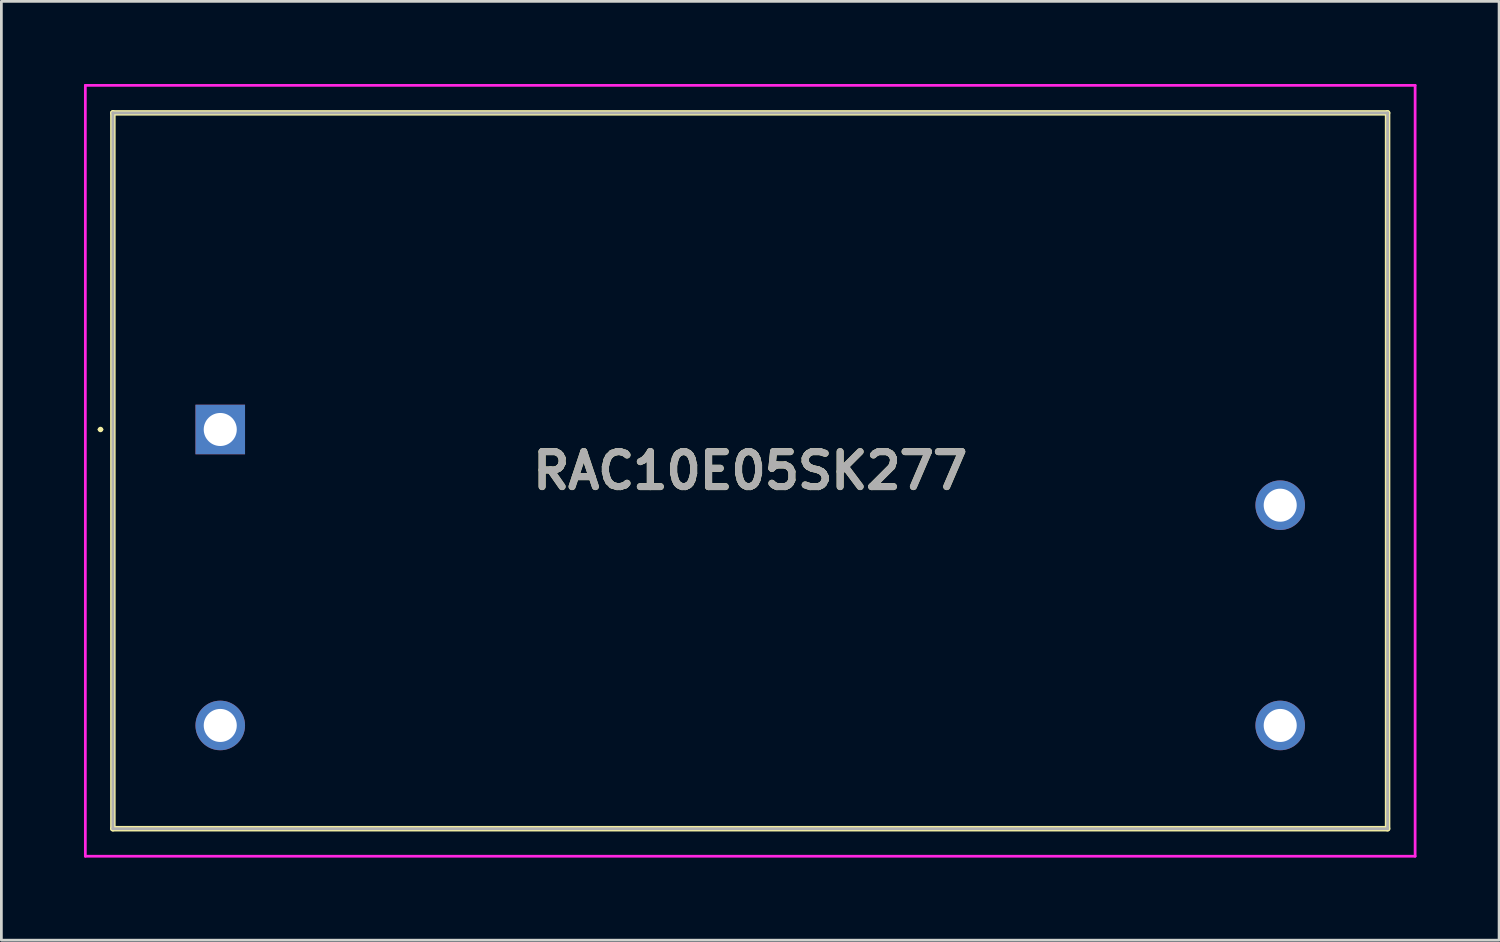
<source format=kicad_pcb>
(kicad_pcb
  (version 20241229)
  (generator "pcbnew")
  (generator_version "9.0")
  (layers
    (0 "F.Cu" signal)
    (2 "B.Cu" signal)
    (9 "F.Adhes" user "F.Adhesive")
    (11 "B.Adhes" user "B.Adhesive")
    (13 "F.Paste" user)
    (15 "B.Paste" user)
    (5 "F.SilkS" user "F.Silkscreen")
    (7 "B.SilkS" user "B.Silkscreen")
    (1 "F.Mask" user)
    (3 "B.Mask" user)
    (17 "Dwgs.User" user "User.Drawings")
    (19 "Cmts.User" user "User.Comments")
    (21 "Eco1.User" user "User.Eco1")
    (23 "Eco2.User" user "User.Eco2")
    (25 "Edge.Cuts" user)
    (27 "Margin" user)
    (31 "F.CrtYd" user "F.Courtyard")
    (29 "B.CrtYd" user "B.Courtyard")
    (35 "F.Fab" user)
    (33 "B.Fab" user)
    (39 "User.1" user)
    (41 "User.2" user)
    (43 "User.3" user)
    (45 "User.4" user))
  (footprint "RAC10E05SK277"
    (layer "F.Cu")
    (at 4.95 12.55)
    (property "Reference" "RAC10E05SK277" (at 19.25 1.5 0) (layer "F.SilkS") (effects (font (size 1.27 1.27) (thickness 0.254))))
    (attr through_hole)
    (fp_line (start -4.4 0) (end -4.4 0) (stroke (width 0.1) (type solid)) (layer "F.SilkS"))
    (fp_line (start -4.3 0) (end -4.3 0) (stroke (width 0.1) (type solid)) (layer "F.SilkS"))
    (fp_line (start -3.9 -11.5) (end 42.4 -11.5) (stroke (width 0.2) (type solid)) (layer "F.SilkS"))
    (fp_line (start -3.9 14.5) (end -3.9 -11.5) (stroke (width 0.2) (type solid)) (layer "F.SilkS"))
    (fp_line (start 42.4 -11.5) (end 42.4 14.5) (stroke (width 0.2) (type solid)) (layer "F.SilkS"))
    (fp_line (start 42.4 14.5) (end -3.9 14.5) (stroke (width 0.2) (type solid)) (layer "F.SilkS"))
    (fp_arc (start -4.4 0) (mid -4.35 -0.05) (end -4.3 0) (stroke (width 0.1) (type solid)) (layer "F.SilkS"))
    (fp_arc (start -4.3 0) (mid -4.35 0.05) (end -4.4 0) (stroke (width 0.1) (type solid)) (layer "F.SilkS"))
    (fp_line (start -4.9 -12.5) (end 43.4 -12.5) (stroke (width 0.1) (type solid)) (layer "F.CrtYd"))
    (fp_line (start -4.9 15.5) (end -4.9 -12.5) (stroke (width 0.1) (type solid)) (layer "F.CrtYd"))
    (fp_line (start 43.4 -12.5) (end 43.4 15.5) (stroke (width 0.1) (type solid)) (layer "F.CrtYd"))
    (fp_line (start 43.4 15.5) (end -4.9 15.5) (stroke (width 0.1) (type solid)) (layer "F.CrtYd"))
    (fp_line (start -3.9 -11.5) (end 42.4 -11.5) (stroke (width 0.1) (type solid)) (layer "F.Fab"))
    (fp_line (start -3.9 14.5) (end -3.9 -11.5) (stroke (width 0.1) (type solid)) (layer "F.Fab"))
    (fp_line (start 42.4 -11.5) (end 42.4 14.5) (stroke (width 0.1) (type solid)) (layer "F.Fab"))
    (fp_line (start 42.4 14.5) (end -3.9 14.5) (stroke (width 0.1) (type solid)) (layer "F.Fab"))
    (fp_text user "${REFERENCE}" (at 19.25 1.5 0) (layer "F.Fab") (effects (font (size 1.27 1.27) (thickness 0.254))))
    (pad "1" thru_hole rect (at 0 0) (size 1.8 1.8) (drill 1.2) (layers "*.Cu" "*.Mask"))
    (pad "2" thru_hole circle (at 0 10.75) (size 1.8 1.8) (drill 1.2) (layers "*.Cu" "*.Mask"))
    (pad "3" thru_hole circle (at 38.5 10.75) (size 1.8 1.8) (drill 1.2) (layers "*.Cu" "*.Mask"))
    (pad "4" thru_hole circle (at 38.5 2.75) (size 1.8 1.8) (drill 1.2) (layers "*.Cu" "*.Mask")))
  (gr_rect
    (start -3 -3)
    (end 51.4 31.1)
    (stroke (width 0.1) (type default))
    (fill no)
    (layer "Edge.Cuts")))
</source>
